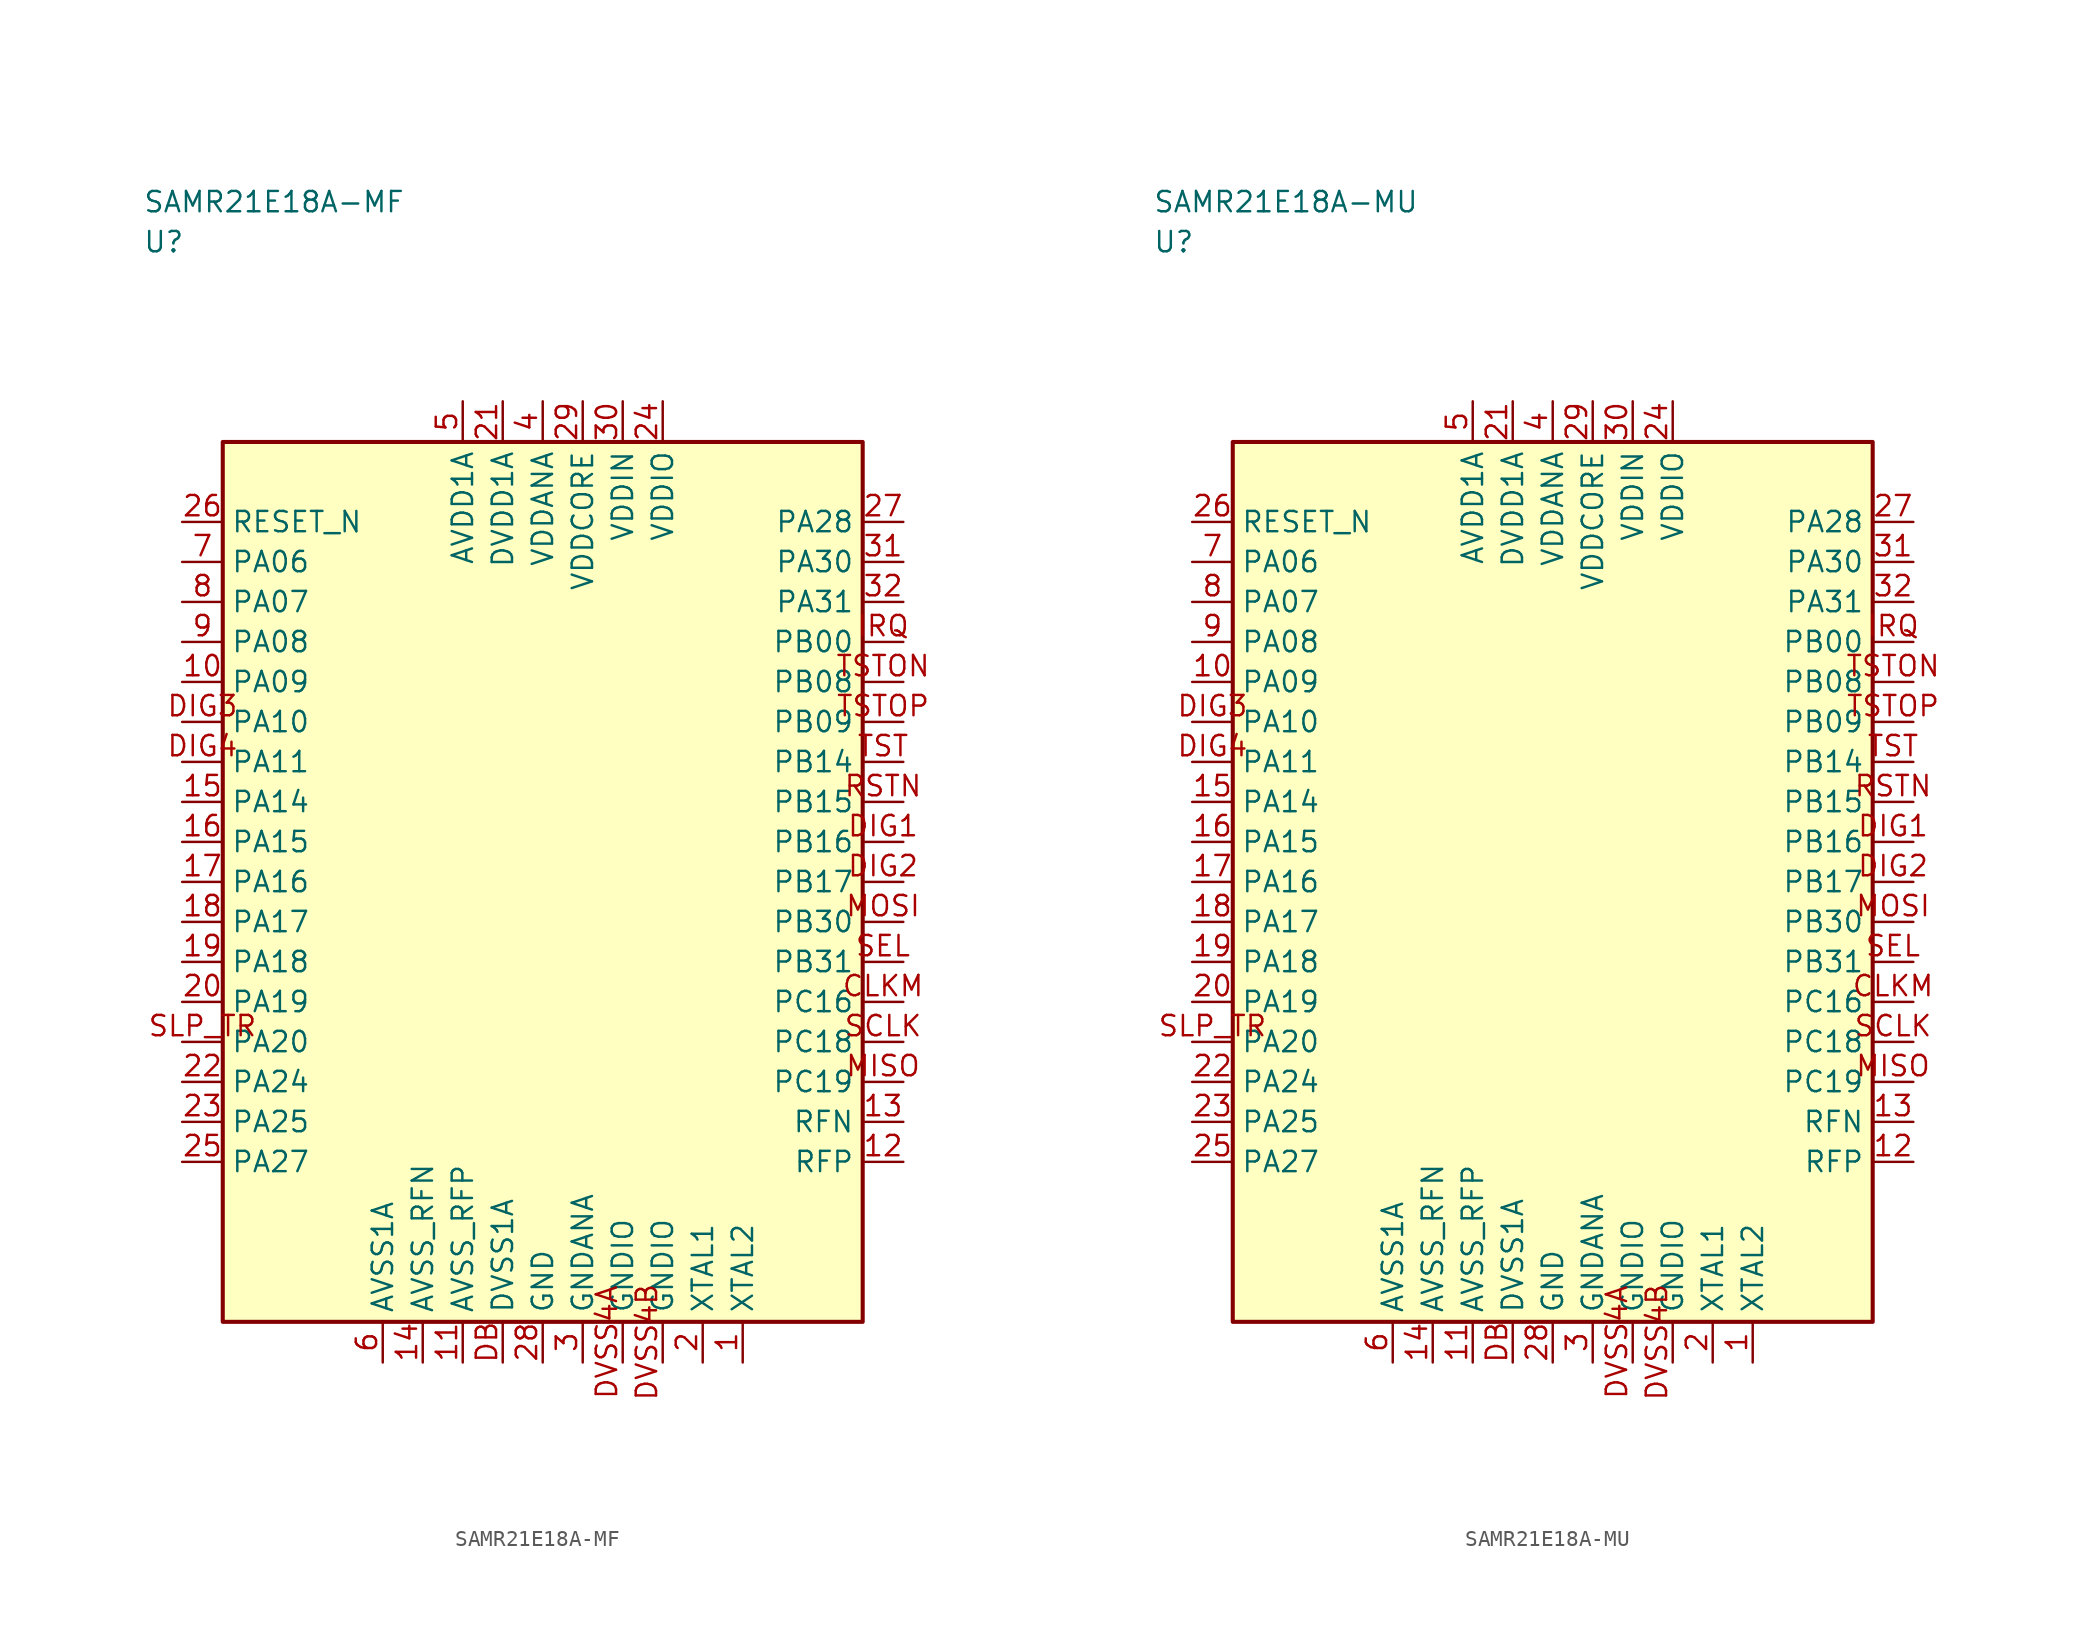
<source format=kicad_sym>
(kicad_symbol_lib
  (version 20241025)
  (generator "kicad_symbol_editor")
  (generator_version "8.0")
  (symbol "SAMR21E18A-MF"
    (property "Reference" "U"
      (at -25.0 40.0 0)
      (effects (font (size 1.27 1.27)) (justify left)))
    (property "Value" "SAMR21E18A-MF"
      (at -25.0 42.5 0)
      (effects (font (size 1.27 1.27)) (justify left)))
    (symbol "SAMR21E18A-MF_0_1"
      (rectangle (start -20.0 27.5) (end 20.0 -27.5) (stroke (width 0.254) (type default)) (fill (type background))))
    (symbol "SAMR21E18A-MF_1_1"
      (pin passive line (at 12.5 -30.04 90.0) (length 2.54) (name "XTAL2" (effects (font (size 1.27 1.27)))) (number "1" (effects (font (size 1.27 1.27)))))
      (pin passive line (at 10.0 -30.04 90.0) (length 2.54) (name "XTAL1" (effects (font (size 1.27 1.27)))) (number "2" (effects (font (size 1.27 1.27)))))
      (pin passive line (at 2.5 -30.04 90.0) (length 2.54) (name "GNDANA" (effects (font (size 1.27 1.27)))) (number "3" (effects (font (size 1.27 1.27)))))
      (pin power_in line (at 0.0 30.04 270.0) (length 2.54) (name "VDDANA" (effects (font (size 1.27 1.27)))) (number "4" (effects (font (size 1.27 1.27)))))
      (pin power_in line (at -5.0 30.04 270.0) (length 2.54) (name "AVDD1A" (effects (font (size 1.27 1.27)))) (number "5" (effects (font (size 1.27 1.27)))))
      (pin passive line (at -10.0 -30.04 90.0) (length 2.54) (name "AVSS1A" (effects (font (size 1.27 1.27)))) (number "6" (effects (font (size 1.27 1.27)))))
      (pin bidirectional line (at -22.54 20.0 0.0) (length 2.54) (name "PA06" (effects (font (size 1.27 1.27)))) (number "7" (effects (font (size 1.27 1.27)))))
      (pin bidirectional line (at -22.54 17.5 0.0) (length 2.54) (name "PA07" (effects (font (size 1.27 1.27)))) (number "8" (effects (font (size 1.27 1.27)))))
      (pin bidirectional line (at -22.54 15.0 0.0) (length 2.54) (name "PA08" (effects (font (size 1.27 1.27)))) (number "9" (effects (font (size 1.27 1.27)))))
      (pin bidirectional line (at -22.54 12.5 0.0) (length 2.54) (name "PA09" (effects (font (size 1.27 1.27)))) (number "10" (effects (font (size 1.27 1.27)))))
      (pin passive line (at -5.0 -30.04 90.0) (length 2.54) (name "AVSS_RFP" (effects (font (size 1.27 1.27)))) (number "11" (effects (font (size 1.27 1.27)))))
      (pin bidirectional line (at 22.54 -17.5 180.0) (length 2.54) (name "RFP" (effects (font (size 1.27 1.27)))) (number "12" (effects (font (size 1.27 1.27)))))
      (pin bidirectional line (at 22.54 -15.0 180.0) (length 2.54) (name "RFN" (effects (font (size 1.27 1.27)))) (number "13" (effects (font (size 1.27 1.27)))))
      (pin passive line (at -7.5 -30.04 90.0) (length 2.54) (name "AVSS_RFN" (effects (font (size 1.27 1.27)))) (number "14" (effects (font (size 1.27 1.27)))))
      (pin bidirectional line (at -22.54 5.0 0.0) (length 2.54) (name "PA14" (effects (font (size 1.27 1.27)))) (number "15" (effects (font (size 1.27 1.27)))))
      (pin bidirectional line (at -22.54 2.5 0.0) (length 2.54) (name "PA15" (effects (font (size 1.27 1.27)))) (number "16" (effects (font (size 1.27 1.27)))))
      (pin bidirectional line (at -22.54 0.0 0.0) (length 2.54) (name "PA16" (effects (font (size 1.27 1.27)))) (number "17" (effects (font (size 1.27 1.27)))))
      (pin bidirectional line (at -22.54 -2.5 0.0) (length 2.54) (name "PA17" (effects (font (size 1.27 1.27)))) (number "18" (effects (font (size 1.27 1.27)))))
      (pin bidirectional line (at -22.54 -5.0 0.0) (length 2.54) (name "PA18" (effects (font (size 1.27 1.27)))) (number "19" (effects (font (size 1.27 1.27)))))
      (pin bidirectional line (at -22.54 -7.5 0.0) (length 2.54) (name "PA19" (effects (font (size 1.27 1.27)))) (number "20" (effects (font (size 1.27 1.27)))))
      (pin power_in line (at -2.5 30.04 270.0) (length 2.54) (name "DVDD1A" (effects (font (size 1.27 1.27)))) (number "21" (effects (font (size 1.27 1.27)))))
      (pin bidirectional line (at -22.54 -12.5 0.0) (length 2.54) (name "PA24" (effects (font (size 1.27 1.27)))) (number "22" (effects (font (size 1.27 1.27)))))
      (pin bidirectional line (at -22.54 -15.0 0.0) (length 2.54) (name "PA25" (effects (font (size 1.27 1.27)))) (number "23" (effects (font (size 1.27 1.27)))))
      (pin power_in line (at 7.5 30.04 270.0) (length 2.54) (name "VDDIO" (effects (font (size 1.27 1.27)))) (number "24" (effects (font (size 1.27 1.27)))))
      (pin bidirectional line (at -22.54 -17.5 0.0) (length 2.54) (name "PA27" (effects (font (size 1.27 1.27)))) (number "25" (effects (font (size 1.27 1.27)))))
      (pin input line (at -22.54 22.5 0.0) (length 2.54) (name "RESET_N" (effects (font (size 1.27 1.27)))) (number "26" (effects (font (size 1.27 1.27)))))
      (pin bidirectional line (at 22.54 22.5 180.0) (length 2.54) (name "PA28" (effects (font (size 1.27 1.27)))) (number "27" (effects (font (size 1.27 1.27)))))
      (pin passive line (at 0.0 -30.04 90.0) (length 2.54) (name "GND" (effects (font (size 1.27 1.27)))) (number "28" (effects (font (size 1.27 1.27)))))
      (pin power_in line (at 2.5 30.04 270.0) (length 2.54) (name "VDDCORE" (effects (font (size 1.27 1.27)))) (number "29" (effects (font (size 1.27 1.27)))))
      (pin power_in line (at 5.0 30.04 270.0) (length 2.54) (name "VDDIN" (effects (font (size 1.27 1.27)))) (number "30" (effects (font (size 1.27 1.27)))))
      (pin bidirectional line (at 22.54 20.0 180.0) (length 2.54) (name "PA30" (effects (font (size 1.27 1.27)))) (number "31" (effects (font (size 1.27 1.27)))))
      (pin bidirectional line (at 22.54 17.5 180.0) (length 2.54) (name "PA31" (effects (font (size 1.27 1.27)))) (number "32" (effects (font (size 1.27 1.27)))))
      (pin bidirectional line (at 22.54 -7.5 180.0) (length 2.54) (name "PC16" (effects (font (size 1.27 1.27)))) (number "CLKM" (effects (font (size 1.27 1.27)))))
      (pin passive line (at -2.5 -30.04 90.0) (length 2.54) (name "DVSS1A" (effects (font (size 1.27 1.27)))) (number "DB" (effects (font (size 1.27 1.27)))))
      (pin bidirectional line (at 22.54 2.5 180.0) (length 2.54) (name "PB16" (effects (font (size 1.27 1.27)))) (number "DIG1" (effects (font (size 1.27 1.27)))))
      (pin bidirectional line (at 22.54 0.0 180.0) (length 2.54) (name "PB17" (effects (font (size 1.27 1.27)))) (number "DIG2" (effects (font (size 1.27 1.27)))))
      (pin bidirectional line (at -22.54 10.0 0.0) (length 2.54) (name "PA10" (effects (font (size 1.27 1.27)))) (number "DIG3" (effects (font (size 1.27 1.27)))))
      (pin bidirectional line (at -22.54 7.5 0.0) (length 2.54) (name "PA11" (effects (font (size 1.27 1.27)))) (number "DIG4" (effects (font (size 1.27 1.27)))))
      (pin passive line (at 5.0 -30.04 90.0) (length 2.54) (name "GNDIO" (effects (font (size 1.27 1.27)))) (number "DVSS4A" (effects (font (size 1.27 1.27)))))
      (pin passive line (at 7.5 -30.04 90.0) (length 2.54) (name "GNDIO" (effects (font (size 1.27 1.27)))) (number "DVSS4B" (effects (font (size 1.27 1.27)))))
      (pin bidirectional line (at 22.54 15.0 180.0) (length 2.54) (name "PB00" (effects (font (size 1.27 1.27)))) (number "IRQ" (effects (font (size 1.27 1.27)))))
      (pin bidirectional line (at 22.54 -12.5 180.0) (length 2.54) (name "PC19" (effects (font (size 1.27 1.27)))) (number "MISO" (effects (font (size 1.27 1.27)))))
      (pin bidirectional line (at 22.54 -2.5 180.0) (length 2.54) (name "PB30" (effects (font (size 1.27 1.27)))) (number "MOSI" (effects (font (size 1.27 1.27)))))
      (pin bidirectional line (at 22.54 5.0 180.0) (length 2.54) (name "PB15" (effects (font (size 1.27 1.27)))) (number "RSTN" (effects (font (size 1.27 1.27)))))
      (pin bidirectional line (at 22.54 -10.0 180.0) (length 2.54) (name "PC18" (effects (font (size 1.27 1.27)))) (number "SCLK" (effects (font (size 1.27 1.27)))))
      (pin bidirectional line (at 22.54 -5.0 180.0) (length 2.54) (name "PB31" (effects (font (size 1.27 1.27)))) (number "SEL" (effects (font (size 1.27 1.27)))))
      (pin bidirectional line (at -22.54 -10.0 0.0) (length 2.54) (name "PA20" (effects (font (size 1.27 1.27)))) (number "SLP_TR" (effects (font (size 1.27 1.27)))))
      (pin bidirectional line (at 22.54 7.5 180.0) (length 2.54) (name "PB14" (effects (font (size 1.27 1.27)))) (number "TST" (effects (font (size 1.27 1.27)))))
      (pin bidirectional line (at 22.54 12.5 180.0) (length 2.54) (name "PB08" (effects (font (size 1.27 1.27)))) (number "TSTON" (effects (font (size 1.27 1.27)))))
      (pin bidirectional line (at 22.54 10.0 180.0) (length 2.54) (name "PB09" (effects (font (size 1.27 1.27)))) (number "TSTOP" (effects (font (size 1.27 1.27)))))))
  (symbol "SAMR21E18A-MU"
    (property "Reference" "U"
      (at -25.0 40.0 0)
      (effects (font (size 1.27 1.27)) (justify left)))
    (property "Value" "SAMR21E18A-MU"
      (at -25.0 42.5 0)
      (effects (font (size 1.27 1.27)) (justify left)))
    (symbol "SAMR21E18A-MU_0_1"
      (rectangle (start -20.0 27.5) (end 20.0 -27.5) (stroke (width 0.254) (type default)) (fill (type background))))
    (symbol "SAMR21E18A-MU_1_1"
      (pin passive line (at 12.5 -30.04 90.0) (length 2.54) (name "XTAL2" (effects (font (size 1.27 1.27)))) (number "1" (effects (font (size 1.27 1.27)))))
      (pin passive line (at 10.0 -30.04 90.0) (length 2.54) (name "XTAL1" (effects (font (size 1.27 1.27)))) (number "2" (effects (font (size 1.27 1.27)))))
      (pin passive line (at 2.5 -30.04 90.0) (length 2.54) (name "GNDANA" (effects (font (size 1.27 1.27)))) (number "3" (effects (font (size 1.27 1.27)))))
      (pin power_in line (at 0.0 30.04 270.0) (length 2.54) (name "VDDANA" (effects (font (size 1.27 1.27)))) (number "4" (effects (font (size 1.27 1.27)))))
      (pin power_in line (at -5.0 30.04 270.0) (length 2.54) (name "AVDD1A" (effects (font (size 1.27 1.27)))) (number "5" (effects (font (size 1.27 1.27)))))
      (pin passive line (at -10.0 -30.04 90.0) (length 2.54) (name "AVSS1A" (effects (font (size 1.27 1.27)))) (number "6" (effects (font (size 1.27 1.27)))))
      (pin bidirectional line (at -22.54 20.0 0.0) (length 2.54) (name "PA06" (effects (font (size 1.27 1.27)))) (number "7" (effects (font (size 1.27 1.27)))))
      (pin bidirectional line (at -22.54 17.5 0.0) (length 2.54) (name "PA07" (effects (font (size 1.27 1.27)))) (number "8" (effects (font (size 1.27 1.27)))))
      (pin bidirectional line (at -22.54 15.0 0.0) (length 2.54) (name "PA08" (effects (font (size 1.27 1.27)))) (number "9" (effects (font (size 1.27 1.27)))))
      (pin bidirectional line (at -22.54 12.5 0.0) (length 2.54) (name "PA09" (effects (font (size 1.27 1.27)))) (number "10" (effects (font (size 1.27 1.27)))))
      (pin passive line (at -5.0 -30.04 90.0) (length 2.54) (name "AVSS_RFP" (effects (font (size 1.27 1.27)))) (number "11" (effects (font (size 1.27 1.27)))))
      (pin bidirectional line (at 22.54 -17.5 180.0) (length 2.54) (name "RFP" (effects (font (size 1.27 1.27)))) (number "12" (effects (font (size 1.27 1.27)))))
      (pin bidirectional line (at 22.54 -15.0 180.0) (length 2.54) (name "RFN" (effects (font (size 1.27 1.27)))) (number "13" (effects (font (size 1.27 1.27)))))
      (pin passive line (at -7.5 -30.04 90.0) (length 2.54) (name "AVSS_RFN" (effects (font (size 1.27 1.27)))) (number "14" (effects (font (size 1.27 1.27)))))
      (pin bidirectional line (at -22.54 5.0 0.0) (length 2.54) (name "PA14" (effects (font (size 1.27 1.27)))) (number "15" (effects (font (size 1.27 1.27)))))
      (pin bidirectional line (at -22.54 2.5 0.0) (length 2.54) (name "PA15" (effects (font (size 1.27 1.27)))) (number "16" (effects (font (size 1.27 1.27)))))
      (pin bidirectional line (at -22.54 0.0 0.0) (length 2.54) (name "PA16" (effects (font (size 1.27 1.27)))) (number "17" (effects (font (size 1.27 1.27)))))
      (pin bidirectional line (at -22.54 -2.5 0.0) (length 2.54) (name "PA17" (effects (font (size 1.27 1.27)))) (number "18" (effects (font (size 1.27 1.27)))))
      (pin bidirectional line (at -22.54 -5.0 0.0) (length 2.54) (name "PA18" (effects (font (size 1.27 1.27)))) (number "19" (effects (font (size 1.27 1.27)))))
      (pin bidirectional line (at -22.54 -7.5 0.0) (length 2.54) (name "PA19" (effects (font (size 1.27 1.27)))) (number "20" (effects (font (size 1.27 1.27)))))
      (pin power_in line (at -2.5 30.04 270.0) (length 2.54) (name "DVDD1A" (effects (font (size 1.27 1.27)))) (number "21" (effects (font (size 1.27 1.27)))))
      (pin bidirectional line (at -22.54 -12.5 0.0) (length 2.54) (name "PA24" (effects (font (size 1.27 1.27)))) (number "22" (effects (font (size 1.27 1.27)))))
      (pin bidirectional line (at -22.54 -15.0 0.0) (length 2.54) (name "PA25" (effects (font (size 1.27 1.27)))) (number "23" (effects (font (size 1.27 1.27)))))
      (pin power_in line (at 7.5 30.04 270.0) (length 2.54) (name "VDDIO" (effects (font (size 1.27 1.27)))) (number "24" (effects (font (size 1.27 1.27)))))
      (pin bidirectional line (at -22.54 -17.5 0.0) (length 2.54) (name "PA27" (effects (font (size 1.27 1.27)))) (number "25" (effects (font (size 1.27 1.27)))))
      (pin input line (at -22.54 22.5 0.0) (length 2.54) (name "RESET_N" (effects (font (size 1.27 1.27)))) (number "26" (effects (font (size 1.27 1.27)))))
      (pin bidirectional line (at 22.54 22.5 180.0) (length 2.54) (name "PA28" (effects (font (size 1.27 1.27)))) (number "27" (effects (font (size 1.27 1.27)))))
      (pin passive line (at 0.0 -30.04 90.0) (length 2.54) (name "GND" (effects (font (size 1.27 1.27)))) (number "28" (effects (font (size 1.27 1.27)))))
      (pin power_in line (at 2.5 30.04 270.0) (length 2.54) (name "VDDCORE" (effects (font (size 1.27 1.27)))) (number "29" (effects (font (size 1.27 1.27)))))
      (pin power_in line (at 5.0 30.04 270.0) (length 2.54) (name "VDDIN" (effects (font (size 1.27 1.27)))) (number "30" (effects (font (size 1.27 1.27)))))
      (pin bidirectional line (at 22.54 20.0 180.0) (length 2.54) (name "PA30" (effects (font (size 1.27 1.27)))) (number "31" (effects (font (size 1.27 1.27)))))
      (pin bidirectional line (at 22.54 17.5 180.0) (length 2.54) (name "PA31" (effects (font (size 1.27 1.27)))) (number "32" (effects (font (size 1.27 1.27)))))
      (pin bidirectional line (at 22.54 -7.5 180.0) (length 2.54) (name "PC16" (effects (font (size 1.27 1.27)))) (number "CLKM" (effects (font (size 1.27 1.27)))))
      (pin passive line (at -2.5 -30.04 90.0) (length 2.54) (name "DVSS1A" (effects (font (size 1.27 1.27)))) (number "DB" (effects (font (size 1.27 1.27)))))
      (pin bidirectional line (at 22.54 2.5 180.0) (length 2.54) (name "PB16" (effects (font (size 1.27 1.27)))) (number "DIG1" (effects (font (size 1.27 1.27)))))
      (pin bidirectional line (at 22.54 0.0 180.0) (length 2.54) (name "PB17" (effects (font (size 1.27 1.27)))) (number "DIG2" (effects (font (size 1.27 1.27)))))
      (pin bidirectional line (at -22.54 10.0 0.0) (length 2.54) (name "PA10" (effects (font (size 1.27 1.27)))) (number "DIG3" (effects (font (size 1.27 1.27)))))
      (pin bidirectional line (at -22.54 7.5 0.0) (length 2.54) (name "PA11" (effects (font (size 1.27 1.27)))) (number "DIG4" (effects (font (size 1.27 1.27)))))
      (pin passive line (at 5.0 -30.04 90.0) (length 2.54) (name "GNDIO" (effects (font (size 1.27 1.27)))) (number "DVSS4A" (effects (font (size 1.27 1.27)))))
      (pin passive line (at 7.5 -30.04 90.0) (length 2.54) (name "GNDIO" (effects (font (size 1.27 1.27)))) (number "DVSS4B" (effects (font (size 1.27 1.27)))))
      (pin bidirectional line (at 22.54 15.0 180.0) (length 2.54) (name "PB00" (effects (font (size 1.27 1.27)))) (number "IRQ" (effects (font (size 1.27 1.27)))))
      (pin bidirectional line (at 22.54 -12.5 180.0) (length 2.54) (name "PC19" (effects (font (size 1.27 1.27)))) (number "MISO" (effects (font (size 1.27 1.27)))))
      (pin bidirectional line (at 22.54 -2.5 180.0) (length 2.54) (name "PB30" (effects (font (size 1.27 1.27)))) (number "MOSI" (effects (font (size 1.27 1.27)))))
      (pin bidirectional line (at 22.54 5.0 180.0) (length 2.54) (name "PB15" (effects (font (size 1.27 1.27)))) (number "RSTN" (effects (font (size 1.27 1.27)))))
      (pin bidirectional line (at 22.54 -10.0 180.0) (length 2.54) (name "PC18" (effects (font (size 1.27 1.27)))) (number "SCLK" (effects (font (size 1.27 1.27)))))
      (pin bidirectional line (at 22.54 -5.0 180.0) (length 2.54) (name "PB31" (effects (font (size 1.27 1.27)))) (number "SEL" (effects (font (size 1.27 1.27)))))
      (pin bidirectional line (at -22.54 -10.0 0.0) (length 2.54) (name "PA20" (effects (font (size 1.27 1.27)))) (number "SLP_TR" (effects (font (size 1.27 1.27)))))
      (pin bidirectional line (at 22.54 7.5 180.0) (length 2.54) (name "PB14" (effects (font (size 1.27 1.27)))) (number "TST" (effects (font (size 1.27 1.27)))))
      (pin bidirectional line (at 22.54 12.5 180.0) (length 2.54) (name "PB08" (effects (font (size 1.27 1.27)))) (number "TSTON" (effects (font (size 1.27 1.27)))))
      (pin bidirectional line (at 22.54 10.0 180.0) (length 2.54) (name "PB09" (effects (font (size 1.27 1.27)))) (number "TSTOP" (effects (font (size 1.27 1.27))))))))
</source>
